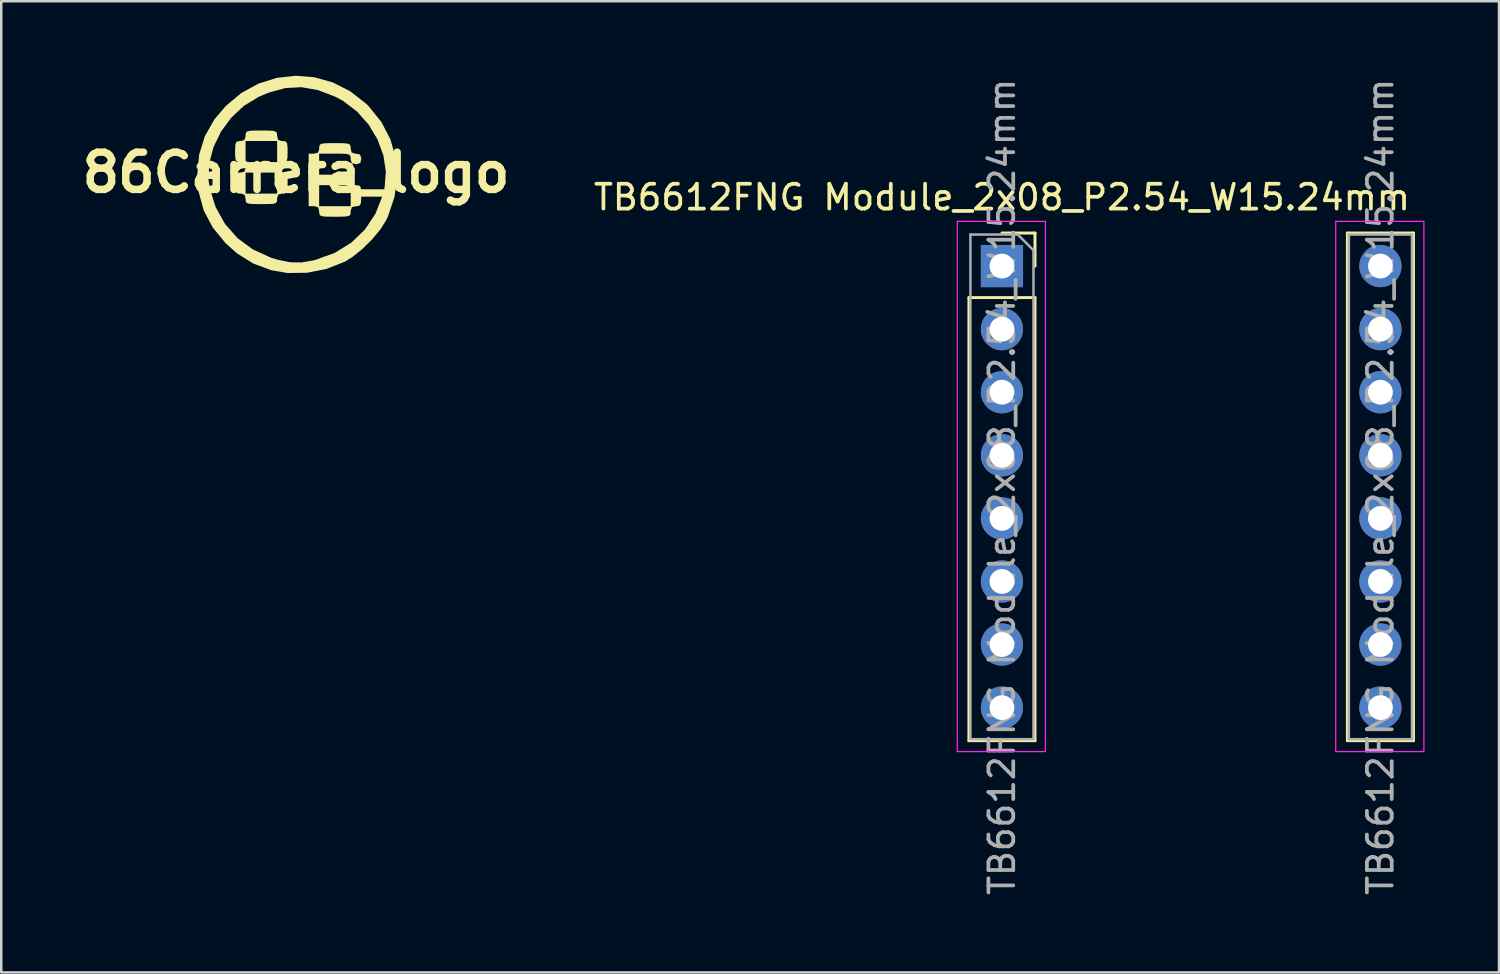
<source format=kicad_pcb>
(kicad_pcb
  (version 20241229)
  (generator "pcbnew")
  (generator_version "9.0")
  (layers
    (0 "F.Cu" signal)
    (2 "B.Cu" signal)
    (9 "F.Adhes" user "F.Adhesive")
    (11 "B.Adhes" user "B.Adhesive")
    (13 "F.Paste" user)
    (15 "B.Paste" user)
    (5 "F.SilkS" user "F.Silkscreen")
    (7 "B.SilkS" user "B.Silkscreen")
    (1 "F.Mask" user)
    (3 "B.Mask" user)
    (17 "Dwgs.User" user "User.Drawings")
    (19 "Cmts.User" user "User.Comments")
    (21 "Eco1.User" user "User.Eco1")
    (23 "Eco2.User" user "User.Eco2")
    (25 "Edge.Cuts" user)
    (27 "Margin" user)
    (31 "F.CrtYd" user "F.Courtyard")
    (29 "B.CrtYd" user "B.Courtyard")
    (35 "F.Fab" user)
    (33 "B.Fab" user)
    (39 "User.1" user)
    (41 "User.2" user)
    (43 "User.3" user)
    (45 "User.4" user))
  (footprint "TB6612FNG Module_2x08_P2.54_W15.24mm"
    (layer "F.Cu")
    (at 37.296 7.664)
    (property "Reference" "TB6612FNG Module_2x08_P2.54_W15.24mm" (at 0 -2.77 0) (layer "F.SilkS") (effects (font (size 1 1) (thickness 0.15))))
    (attr through_hole)
    (fp_line (start -1.33 1.27) (end -1.33 19.11) (stroke (width 0.12) (type solid)) (layer "F.SilkS"))
    (fp_line (start -1.33 1.27) (end 1.33 1.27) (stroke (width 0.12) (type solid)) (layer "F.SilkS"))
    (fp_line (start -1.33 19.11) (end 1.33 19.11) (stroke (width 0.12) (type solid)) (layer "F.SilkS"))
    (fp_line (start 0 -1.33) (end 1.33 -1.33) (stroke (width 0.12) (type solid)) (layer "F.SilkS"))
    (fp_line (start 1.33 -1.33) (end 1.33 0) (stroke (width 0.12) (type solid)) (layer "F.SilkS"))
    (fp_line (start 1.33 1.27) (end 1.33 19.11) (stroke (width 0.12) (type solid)) (layer "F.SilkS"))
    (fp_line (start 13.91 -1.33) (end 13.91 19.11) (stroke (width 0.12) (type solid)) (layer "F.SilkS"))
    (fp_line (start 13.91 -1.33) (end 16.57 -1.33) (stroke (width 0.12) (type solid)) (layer "F.SilkS"))
    (fp_line (start 13.91 19.11) (end 16.57 19.11) (stroke (width 0.12) (type solid)) (layer "F.SilkS"))
    (fp_line (start 16.57 -1.33) (end 16.57 19.11) (stroke (width 0.12) (type solid)) (layer "F.SilkS"))
    (fp_line (start -1.8 -1.8) (end 1.75 -1.8) (stroke (width 0.05) (type solid)) (layer "F.CrtYd"))
    (fp_line (start -1.8 19.55) (end -1.8 -1.8) (stroke (width 0.05) (type solid)) (layer "F.CrtYd"))
    (fp_line (start 1.75 -1.8) (end 1.75 19.55) (stroke (width 0.05) (type solid)) (layer "F.CrtYd"))
    (fp_line (start 1.75 19.55) (end -1.8 19.55) (stroke (width 0.05) (type solid)) (layer "F.CrtYd"))
    (fp_line (start 13.44 -1.8) (end 16.99 -1.8) (stroke (width 0.05) (type solid)) (layer "F.CrtYd"))
    (fp_line (start 13.44 19.55) (end 13.44 -1.8) (stroke (width 0.05) (type solid)) (layer "F.CrtYd"))
    (fp_line (start 16.99 -1.8) (end 16.99 19.55) (stroke (width 0.05) (type solid)) (layer "F.CrtYd"))
    (fp_line (start 16.99 19.55) (end 13.44 19.55) (stroke (width 0.05) (type solid)) (layer "F.CrtYd"))
    (fp_line (start -1.27 -1.27) (end 0.635 -1.27) (stroke (width 0.1) (type solid)) (layer "F.Fab"))
    (fp_line (start -1.27 19.05) (end -1.27 -1.27) (stroke (width 0.1) (type solid)) (layer "F.Fab"))
    (fp_line (start 0.635 -1.27) (end 1.27 -0.635) (stroke (width 0.1) (type solid)) (layer "F.Fab"))
    (fp_line (start 1.27 -0.635) (end 1.27 19.05) (stroke (width 0.1) (type solid)) (layer "F.Fab"))
    (fp_line (start 1.27 19.05) (end -1.27 19.05) (stroke (width 0.1) (type solid)) (layer "F.Fab"))
    (fp_line (start 13.97 -1.27) (end 16.51 -1.27) (stroke (width 0.1) (type solid)) (layer "F.Fab"))
    (fp_line (start 13.97 19.05) (end 13.97 -1.27) (stroke (width 0.1) (type solid)) (layer "F.Fab"))
    (fp_line (start 16.51 -1.27) (end 16.51 19.05) (stroke (width 0.1) (type solid)) (layer "F.Fab"))
    (fp_line (start 16.51 19.05) (end 13.97 19.05) (stroke (width 0.1) (type solid)) (layer "F.Fab"))
    (fp_text user "${REFERENCE}" (at 0 8.89 90) (layer "F.Fab") (effects (font (size 1 1) (thickness 0.15))))
    (fp_text user "${REFERENCE}" (at 15.24 8.89 90) (layer "F.Fab") (effects (font (size 1 1) (thickness 0.15))))
    (pad "1" thru_hole rect (at 0 0) (size 1.7 1.7) (drill 1) (layers "*.Cu" "*.Mask"))
    (pad "2" thru_hole oval (at 0 2.54) (size 1.7 1.7) (drill 1) (layers "*.Cu" "*.Mask"))
    (pad "3" thru_hole oval (at 0 5.08) (size 1.7 1.7) (drill 1) (layers "*.Cu" "*.Mask"))
    (pad "4" thru_hole oval (at 0 7.62) (size 1.7 1.7) (drill 1) (layers "*.Cu" "*.Mask"))
    (pad "5" thru_hole oval (at 0 10.16) (size 1.7 1.7) (drill 1) (layers "*.Cu" "*.Mask"))
    (pad "6" thru_hole oval (at 0 12.7) (size 1.7 1.7) (drill 1) (layers "*.Cu" "*.Mask"))
    (pad "7" thru_hole oval (at 0 15.24) (size 1.7 1.7) (drill 1) (layers "*.Cu" "*.Mask"))
    (pad "8" thru_hole oval (at 0 17.78) (size 1.7 1.7) (drill 1) (layers "*.Cu" "*.Mask"))
    (pad "9" thru_hole oval (at 15.24 17.78) (size 1.7 1.7) (drill 1) (layers "*.Cu" "*.Mask"))
    (pad "10" thru_hole oval (at 15.24 15.24) (size 1.7 1.7) (drill 1) (layers "*.Cu" "*.Mask"))
    (pad "11" thru_hole oval (at 15.24 12.7) (size 1.7 1.7) (drill 1) (layers "*.Cu" "*.Mask"))
    (pad "12" thru_hole oval (at 15.24 10.16) (size 1.7 1.7) (drill 1) (layers "*.Cu" "*.Mask"))
    (pad "13" thru_hole oval (at 15.24 7.62) (size 1.7 1.7) (drill 1) (layers "*.Cu" "*.Mask"))
    (pad "14" thru_hole oval (at 15.24 5.08) (size 1.7 1.7) (drill 1) (layers "*.Cu" "*.Mask"))
    (pad "15" thru_hole oval (at 15.24 2.54) (size 1.7 1.7) (drill 1) (layers "*.Cu" "*.Mask"))
    (pad "16" thru_hole circle (at 15.24 0) (size 1.7 1.7) (drill 1) (layers "*.Cu" "*.Mask")))
  (footprint "86Carrera_logo"
    (layer "F.Cu")
    (at 8.871 3.899)
    (property "Reference" "86Carrera_logo" (at 0 0 0) (layer "F.SilkS") (effects (font (size 1.5 1.5) (thickness 0.3))))
    (attr board_only exclude_from_pos_files exclude_from_bom)
    (fp_poly (pts (xy 0.741 -3.838) (xy 1.482 -3.629) (xy 2.183 -3.273) (xy 2.824 -2.771) (xy 2.919 -2.677) (xy 3.436 -2.039) (xy 3.801 -1.337) (xy 4.013 -0.588) (xy 4.068 0.191) (xy 3.964 0.984) (xy 3.698 1.772) (xy 3.629 1.919) (xy 3.399 2.285) (xy 3.066 2.684) (xy 2.677 3.07) (xy 2.277 3.395) (xy 1.968 3.588) (xy 1.225 3.88) (xy 0.444 4.034) (xy -0.338 4.045) (xy -0.994 3.933) (xy -1.726 3.661) (xy -2.379 3.253) (xy -2.834 2.847) (xy -3.356 2.211) (xy -3.718 1.523) (xy -3.923 0.773) (xy -3.963 0.268) (xy -3.527 0.268) (xy -3.481 0.614) (xy -3.24 1.387) (xy -2.862 2.066) (xy -2.358 2.639) (xy -1.736 3.097) (xy -1.007 3.429) (xy -0.74 3.51) (xy -0.238 3.612) (xy 0.215 3.62) (xy 0.709 3.534) (xy 0.788 3.514) (xy 1.559 3.233) (xy 2.223 2.824) (xy 2.772 2.296) (xy 3.197 1.658) (xy 3.49 0.919) (xy 3.565 0.614) (xy 3.616 -0.036) (xy 3.517 -0.695) (xy 3.28 -1.336) (xy 2.923 -1.932) (xy 2.457 -2.456) (xy 1.9 -2.882) (xy 1.578 -3.055) (xy 0.878 -3.322) (xy 0.219 -3.438) (xy -0.432 -3.403) (xy -1.108 -3.217) (xy -1.503 -3.05) (xy -2.095 -2.69) (xy -2.605 -2.216) (xy -3.018 -1.656) (xy -3.32 -1.036) (xy -3.494 -0.386) (xy -3.527 0.268) (xy -3.963 0.268) (xy -3.977 0.085) (xy -3.902 -0.723) (xy -3.673 -1.463) (xy -3.286 -2.143) (xy -2.834 -2.677) (xy -2.205 -3.203) (xy -1.512 -3.582) (xy -0.776 -3.814) (xy -0.018 -3.899)) (stroke (width 0) (type solid)) (fill yes) (layer "F.SilkS"))
    (fp_poly (pts (xy 1.889 -1.183) (xy 2.079 -1.167) (xy 2.17 -1.126) (xy 2.199 -1.048) (xy 2.201 -0.974) (xy 2.236 -0.813) (xy 2.374 -0.763) (xy 2.413 -0.762) (xy 2.574 -0.727) (xy 2.624 -0.589) (xy 2.625 -0.55) (xy 2.59 -0.389) (xy 2.452 -0.34) (xy 2.413 -0.339) (xy 2.252 -0.374) (xy 2.202 -0.511) (xy 2.201 -0.55) (xy 2.193 -0.658) (xy 2.146 -0.721) (xy 2.023 -0.752) (xy 1.789 -0.761) (xy 1.566 -0.762) (xy 0.931 -0.762) (xy 0.931 -0.339) (xy 0.931 0.085) (xy 1.566 0.085) (xy 1.889 0.087) (xy 2.079 0.103) (xy 2.17 0.144) (xy 2.199 0.222) (xy 2.201 0.296) (xy 2.236 0.457) (xy 2.374 0.507) (xy 2.413 0.508) (xy 2.539 0.522) (xy 2.601 0.592) (xy 2.623 0.761) (xy 2.625 0.931) (xy 2.618 1.183) (xy 2.583 1.308) (xy 2.498 1.351) (xy 2.413 1.355) (xy 2.252 1.39) (xy 2.202 1.527) (xy 2.201 1.566) (xy 2.193 1.674) (xy 2.146 1.737) (xy 2.023 1.768) (xy 1.789 1.777) (xy 1.566 1.778) (xy 1.243 1.775) (xy 1.054 1.76) (xy 0.963 1.719) (xy 0.934 1.641) (xy 0.931 1.566) (xy 0.896 1.405) (xy 0.759 1.356) (xy 0.72 1.355) (xy 0.508 1.355) (xy 0.508 0.931) (xy 0.931 0.931) (xy 0.931 1.355) (xy 1.566 1.355) (xy 2.201 1.355) (xy 2.201 0.931) (xy 2.201 0.508) (xy 1.566 0.508) (xy 0.931 0.508) (xy 0.931 0.931) (xy 0.508 0.931) (xy 0.508 0.296) (xy 0.508 -0.762) (xy 0.72 -0.762) (xy 0.881 -0.797) (xy 0.93 -0.935) (xy 0.931 -0.974) (xy 0.939 -1.081) (xy 0.987 -1.144) (xy 1.11 -1.175) (xy 1.343 -1.185) (xy 1.566 -1.185)) (stroke (width 0) (type solid)) (fill yes) (layer "F.SilkS"))
    (fp_poly (pts (xy -1.074 -1.691) (xy -0.885 -1.675) (xy -0.793 -1.634) (xy -0.764 -1.556) (xy -0.762 -1.482) (xy -0.727 -1.321) (xy -0.589 -1.271) (xy -0.55 -1.27) (xy -0.425 -1.256) (xy -0.362 -1.186) (xy -0.341 -1.017) (xy -0.339 -0.847) (xy -0.346 -0.595) (xy -0.381 -0.47) (xy -0.465 -0.427) (xy -0.55 -0.423) (xy -0.711 -0.388) (xy -0.761 -0.251) (xy -0.762 -0.212) (xy -0.727 -0.051) (xy -0.589 -0.001) (xy -0.55 0) (xy -0.425 0.014) (xy -0.362 0.084) (xy -0.341 0.253) (xy -0.339 0.423) (xy -0.346 0.675) (xy -0.381 0.8) (xy -0.465 0.843) (xy -0.55 0.847) (xy -0.711 0.882) (xy -0.761 1.019) (xy -0.762 1.058) (xy -0.77 1.166) (xy -0.817 1.229) (xy -0.94 1.26) (xy -1.174 1.269) (xy -1.397 1.27) (xy -1.72 1.267) (xy -1.909 1.252) (xy -2.001 1.211) (xy -2.03 1.133) (xy -2.032 1.058) (xy -2.067 0.897) (xy -2.205 0.848) (xy -2.244 0.847) (xy -2.369 0.833) (xy -2.432 0.763) (xy -2.453 0.593) (xy -2.455 0.423) (xy -2.032 0.423) (xy -2.032 0.847) (xy -1.397 0.847) (xy -0.762 0.847) (xy -0.762 0.423) (xy -0.762 0) (xy -1.397 0) (xy -2.032 0) (xy -2.032 0.423) (xy -2.455 0.423) (xy -2.448 0.172) (xy -2.413 0.047) (xy -2.329 0.004) (xy -2.244 0) (xy -2.083 -0.035) (xy -2.033 -0.173) (xy -2.032 -0.212) (xy -2.067 -0.373) (xy -2.205 -0.422) (xy -2.244 -0.423) (xy -2.369 -0.437) (xy -2.432 -0.507) (xy -2.453 -0.677) (xy -2.455 -0.847) (xy -2.032 -0.847) (xy -2.032 -0.423) (xy -1.397 -0.423) (xy -0.762 -0.423) (xy -0.762 -0.847) (xy -0.762 -1.27) (xy -1.397 -1.27) (xy -2.032 -1.27) (xy -2.032 -0.847) (xy -2.455 -0.847) (xy -2.448 -1.098) (xy -2.413 -1.223) (xy -2.329 -1.266) (xy -2.244 -1.27) (xy -2.083 -1.305) (xy -2.033 -1.443) (xy -2.032 -1.482) (xy -2.024 -1.589) (xy -1.977 -1.652) (xy -1.854 -1.683) (xy -1.62 -1.693) (xy -1.397 -1.693)) (stroke (width 0) (type solid)) (fill yes) (layer "F.SilkS")))
  (gr_rect
    (start -3 -3)
    (end 57.311 36.107)
    (stroke (width 0.1) (type default))
    (fill no)
    (layer "Edge.Cuts")))
</source>
